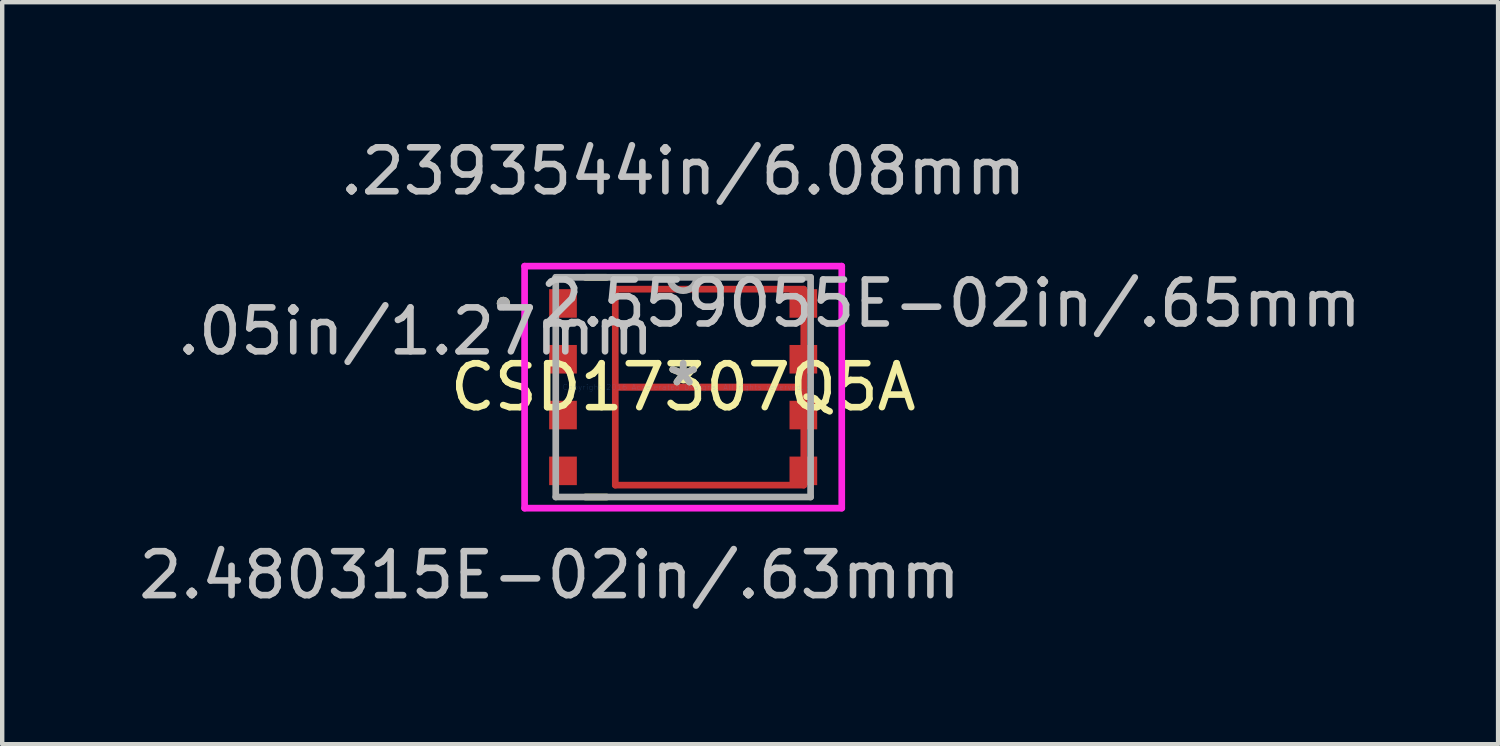
<source format=kicad_pcb>
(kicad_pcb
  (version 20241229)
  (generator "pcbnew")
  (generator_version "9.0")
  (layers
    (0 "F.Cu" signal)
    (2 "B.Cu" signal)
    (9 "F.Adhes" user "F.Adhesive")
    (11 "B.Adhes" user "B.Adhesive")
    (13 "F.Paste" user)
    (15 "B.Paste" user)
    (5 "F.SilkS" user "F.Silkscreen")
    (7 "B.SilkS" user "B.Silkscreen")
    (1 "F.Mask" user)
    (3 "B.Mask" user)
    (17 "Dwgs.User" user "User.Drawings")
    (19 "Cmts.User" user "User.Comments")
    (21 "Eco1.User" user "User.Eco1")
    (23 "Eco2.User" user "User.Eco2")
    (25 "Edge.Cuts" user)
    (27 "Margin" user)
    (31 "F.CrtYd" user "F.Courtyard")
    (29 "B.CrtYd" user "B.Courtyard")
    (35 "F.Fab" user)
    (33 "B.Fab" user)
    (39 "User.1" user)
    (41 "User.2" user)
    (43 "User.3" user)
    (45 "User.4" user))
  (footprint "CSD17307Q5A"
    (layer "F.Cu")
    (at 12.498 5.761)
    (property "Reference" "CSD17307Q5A" (at 0 0 0) (layer "F.SilkS") (effects (font (size 1 1) (thickness 0.15))))
    (attr through_hole)
    (fp_line (start -1.545 -2.23) (end -1.545 0) (stroke (width 0.152) (type solid)) (layer "F.Cu"))
    (fp_line (start -1.545 0) (end 2.745 0) (stroke (width 0.152) (type solid)) (layer "F.Cu"))
    (fp_line (start -1.545 0) (end 2.745 0) (stroke (width 0.152) (type solid)) (layer "F.Cu"))
    (fp_line (start -1.545 2.23) (end -1.545 0) (stroke (width 0.152) (type solid)) (layer "F.Cu"))
    (fp_line (start 2.745 -2.23) (end -1.545 -2.23) (stroke (width 0.152) (type solid)) (layer "F.Cu"))
    (fp_line (start 2.745 0) (end 2.745 -2.23) (stroke (width 0.152) (type solid)) (layer "F.Cu"))
    (fp_line (start 2.745 0) (end 2.745 2.23) (stroke (width 0.152) (type solid)) (layer "F.Cu"))
    (fp_line (start 2.745 2.23) (end -1.545 2.23) (stroke (width 0.152) (type solid)) (layer "F.Cu"))
    (fp_line (start -3.12 -2.3) (end -3.12 -1.51) (stroke (width 0.152) (type solid)) (layer "F.Mask"))
    (fp_line (start -3.12 -1.51) (end -2.35 -1.51) (stroke (width 0.152) (type solid)) (layer "F.Mask"))
    (fp_line (start -3.12 -1.03) (end -3.12 -0.24) (stroke (width 0.152) (type solid)) (layer "F.Mask"))
    (fp_line (start -3.12 -0.24) (end -2.35 -0.24) (stroke (width 0.152) (type solid)) (layer "F.Mask"))
    (fp_line (start -3.12 0.24) (end -3.12 1.03) (stroke (width 0.152) (type solid)) (layer "F.Mask"))
    (fp_line (start -3.12 1.03) (end -2.35 1.03) (stroke (width 0.152) (type solid)) (layer "F.Mask"))
    (fp_line (start -3.12 1.51) (end -3.12 2.3) (stroke (width 0.152) (type solid)) (layer "F.Mask"))
    (fp_line (start -3.12 2.3) (end -2.35 2.3) (stroke (width 0.152) (type solid)) (layer "F.Mask"))
    (fp_line (start -2.35 -2.3) (end -3.12 -2.3) (stroke (width 0.152) (type solid)) (layer "F.Mask"))
    (fp_line (start -2.35 -1.51) (end -2.35 -2.3) (stroke (width 0.152) (type solid)) (layer "F.Mask"))
    (fp_line (start -2.35 -1.03) (end -3.12 -1.03) (stroke (width 0.152) (type solid)) (layer "F.Mask"))
    (fp_line (start -2.35 -0.24) (end -2.35 -1.03) (stroke (width 0.152) (type solid)) (layer "F.Mask"))
    (fp_line (start -2.35 0.24) (end -3.12 0.24) (stroke (width 0.152) (type solid)) (layer "F.Mask"))
    (fp_line (start -2.35 1.03) (end -2.35 0.24) (stroke (width 0.152) (type solid)) (layer "F.Mask"))
    (fp_line (start -2.35 1.51) (end -3.12 1.51) (stroke (width 0.152) (type solid)) (layer "F.Mask"))
    (fp_line (start -2.35 2.3) (end -2.35 1.51) (stroke (width 0.152) (type solid)) (layer "F.Mask"))
    (fp_line (start -1.545 -2.23) (end -1.545 0) (stroke (width 0.152) (type solid)) (layer "F.Mask"))
    (fp_line (start -1.545 0) (end 2.745 0) (stroke (width 0.152) (type solid)) (layer "F.Mask"))
    (fp_line (start -1.545 0) (end 2.745 0) (stroke (width 0.152) (type solid)) (layer "F.Mask"))
    (fp_line (start -1.545 2.23) (end -1.545 0) (stroke (width 0.152) (type solid)) (layer "F.Mask"))
    (fp_line (start 2.35 -2.3) (end 2.35 -1.51) (stroke (width 0.152) (type solid)) (layer "F.Mask"))
    (fp_line (start 2.35 -1.51) (end 3.12 -1.51) (stroke (width 0.152) (type solid)) (layer "F.Mask"))
    (fp_line (start 2.35 -1.03) (end 2.35 -0.24) (stroke (width 0.152) (type solid)) (layer "F.Mask"))
    (fp_line (start 2.35 -0.24) (end 3.12 -0.24) (stroke (width 0.152) (type solid)) (layer "F.Mask"))
    (fp_line (start 2.35 0.24) (end 2.35 1.03) (stroke (width 0.152) (type solid)) (layer "F.Mask"))
    (fp_line (start 2.35 1.03) (end 3.12 1.03) (stroke (width 0.152) (type solid)) (layer "F.Mask"))
    (fp_line (start 2.35 1.51) (end 2.35 2.3) (stroke (width 0.152) (type solid)) (layer "F.Mask"))
    (fp_line (start 2.35 2.3) (end 3.12 2.3) (stroke (width 0.152) (type solid)) (layer "F.Mask"))
    (fp_line (start 2.745 -2.23) (end -1.545 -2.23) (stroke (width 0.152) (type solid)) (layer "F.Mask"))
    (fp_line (start 2.745 0) (end 2.745 -2.23) (stroke (width 0.152) (type solid)) (layer "F.Mask"))
    (fp_line (start 2.745 0) (end 2.745 2.23) (stroke (width 0.152) (type solid)) (layer "F.Mask"))
    (fp_line (start 2.745 2.23) (end -1.545 2.23) (stroke (width 0.152) (type solid)) (layer "F.Mask"))
    (fp_line (start 3.12 -2.3) (end 2.35 -2.3) (stroke (width 0.152) (type solid)) (layer "F.Mask"))
    (fp_line (start 3.12 -1.51) (end 3.12 -2.3) (stroke (width 0.152) (type solid)) (layer "F.Mask"))
    (fp_line (start 3.12 -1.03) (end 2.35 -1.03) (stroke (width 0.152) (type solid)) (layer "F.Mask"))
    (fp_line (start 3.12 -0.24) (end 3.12 -1.03) (stroke (width 0.152) (type solid)) (layer "F.Mask"))
    (fp_line (start 3.12 0.24) (end 2.35 0.24) (stroke (width 0.152) (type solid)) (layer "F.Mask"))
    (fp_line (start 3.12 1.03) (end 3.12 0.24) (stroke (width 0.152) (type solid)) (layer "F.Mask"))
    (fp_line (start 3.12 1.51) (end 2.35 1.51) (stroke (width 0.152) (type solid)) (layer "F.Mask"))
    (fp_line (start 3.12 2.3) (end 3.12 1.51) (stroke (width 0.152) (type solid)) (layer "F.Mask"))
    (fp_line (start -2.226 2.5) (end -1.74 2.5) (stroke (width 0.152) (type solid)) (layer "F.SilkS"))
    (fp_line (start -1.74 -2.5) (end -2.226 -2.5) (stroke (width 0.152) (type solid)) (layer "F.SilkS"))
    (fp_circle (center -4.091 -1.905) (end -4.015 -1.905) (stroke (width 0.152) (type solid)) (fill no) (layer "F.SilkS"))
    (fp_line (start -1.415 -1.88) (end -0.18 -1.88) (stroke (width 0.152) (type solid)) (layer "F.Paste"))
    (fp_line (start -1.415 -0.31) (end -1.415 -1.88) (stroke (width 0.152) (type solid)) (layer "F.Paste"))
    (fp_line (start -1.415 0.31) (end -1.415 1.88) (stroke (width 0.152) (type solid)) (layer "F.Paste"))
    (fp_line (start -1.415 1.88) (end -0.18 1.88) (stroke (width 0.152) (type solid)) (layer "F.Paste"))
    (fp_line (start -0.18 -1.88) (end -0.18 -0.31) (stroke (width 0.152) (type solid)) (layer "F.Paste"))
    (fp_line (start -0.18 -0.31) (end -1.415 -0.31) (stroke (width 0.152) (type solid)) (layer "F.Paste"))
    (fp_line (start -0.18 0.31) (end -1.415 0.31) (stroke (width 0.152) (type solid)) (layer "F.Paste"))
    (fp_line (start -0.18 1.88) (end -0.18 0.31) (stroke (width 0.152) (type solid)) (layer "F.Paste"))
    (fp_line (start 0.32 -1.88) (end 0.32 -0.31) (stroke (width 0.152) (type solid)) (layer "F.Paste"))
    (fp_line (start 0.32 -0.31) (end 1.905 -0.31) (stroke (width 0.152) (type solid)) (layer "F.Paste"))
    (fp_line (start 0.32 0.31) (end 1.905 0.31) (stroke (width 0.152) (type solid)) (layer "F.Paste"))
    (fp_line (start 0.32 1.88) (end 0.32 0.31) (stroke (width 0.152) (type solid)) (layer "F.Paste"))
    (fp_line (start 1.905 -1.88) (end 0.32 -1.88) (stroke (width 0.152) (type solid)) (layer "F.Paste"))
    (fp_line (start 1.905 -0.31) (end 1.905 -1.88) (stroke (width 0.152) (type solid)) (layer "F.Paste"))
    (fp_line (start 1.905 0.31) (end 1.905 1.88) (stroke (width 0.152) (type solid)) (layer "F.Paste"))
    (fp_line (start 1.905 1.88) (end 0.32 1.88) (stroke (width 0.152) (type solid)) (layer "F.Paste"))
    (fp_line (start -3.609 -2.754) (end 3.609 -2.754) (stroke (width 0.152) (type solid)) (layer "F.CrtYd"))
    (fp_line (start -3.609 2.754) (end -3.609 -2.754) (stroke (width 0.152) (type solid)) (layer "F.CrtYd"))
    (fp_line (start 3.609 -2.754) (end 3.609 2.754) (stroke (width 0.152) (type solid)) (layer "F.CrtYd"))
    (fp_line (start 3.609 2.754) (end -3.609 2.754) (stroke (width 0.152) (type solid)) (layer "F.CrtYd"))
    (fp_line (start -2.9 -2.5) (end -2.9 2.5) (stroke (width 0.152) (type solid)) (layer "F.Fab"))
    (fp_line (start -2.9 2.5) (end 2.9 2.5) (stroke (width 0.152) (type solid)) (layer "F.Fab"))
    (fp_line (start 2.9 -2.5) (end -2.9 -2.5) (stroke (width 0.152) (type solid)) (layer "F.Fab"))
    (fp_line (start 2.9 2.5) (end 2.9 -2.5) (stroke (width 0.152) (type solid)) (layer "F.Fab"))
    (fp_arc (start 0.3048 -2.5) (mid 0 -2.1952) (end -0.3048 -2.5) (stroke (width 0.1524) (type solid)) (layer "F.Fab"))
    (fp_circle (center -4.091 -1.905) (end -4.015 -1.905) (stroke (width 0.152) (type solid)) (fill no) (layer "F.Fab"))
    (fp_text user "*" (at 0 0 0) (layer "F.SilkS") (effects (font (size 1 1) (thickness 0.15))))
    (fp_text user "2.559055E-02in/.65mm" (at 6.088 -1.905 0) (layer "Dwgs.User") (effects (font (size 1 1) (thickness 0.15))))
    (fp_text user ".05in/1.27mm" (at -6.088 -1.27 0) (layer "Dwgs.User") (effects (font (size 1 1) (thickness 0.15))))
    (fp_text user "2.480315E-02in/.63mm" (at -3.04 4.278 0) (layer "Dwgs.User") (effects (font (size 1 1) (thickness 0.15))))
    (fp_text user ".2393544in/6.08mm" (at 0 -4.913 0) (layer "Dwgs.User") (effects (font (size 1 1) (thickness 0.15))))
    (fp_text user "Copyright 2016 Accelerated Designs. All rights reserved." (at 0 0 0) (layer "Cmts.User") (effects (font (size 0.127 0.127) (thickness 0.002))))
    (fp_text user "*" (at 0 0 0) (layer "F.Fab") (effects (font (size 1 1) (thickness 0.15))))
    (pad "1" smd rect (at -2.735 -1.905) (size 0.63 0.65) (layers "F.Cu" "F.Mask" "F.Paste"))
    (pad "2" smd rect (at -2.735 -0.635) (size 0.63 0.65) (layers "F.Cu" "F.Mask" "F.Paste"))
    (pad "3" smd rect (at -2.735 0.635) (size 0.63 0.65) (layers "F.Cu" "F.Mask" "F.Paste"))
    (pad "4" smd rect (at -2.735 1.905) (size 0.63 0.65) (layers "F.Cu" "F.Mask" "F.Paste"))
    (pad "5" smd rect (at 2.735 1.905) (size 0.63 0.65) (layers "F.Cu" "F.Mask" "F.Paste"))
    (pad "6" smd rect (at 2.735 0.635) (size 0.63 0.65) (layers "F.Cu" "F.Mask" "F.Paste"))
    (pad "7" smd rect (at 2.735 -0.635) (size 0.63 0.65) (layers "F.Cu" "F.Mask" "F.Paste"))
    (pad "8" smd rect (at 2.735 -1.905) (size 0.63 0.65) (layers "F.Cu" "F.Mask" "F.Paste")))
  (gr_rect
    (start -3 -3)
    (end 31.044 13.887)
    (stroke (width 0.1) (type default))
    (fill no)
    (layer "Edge.Cuts")))
</source>
